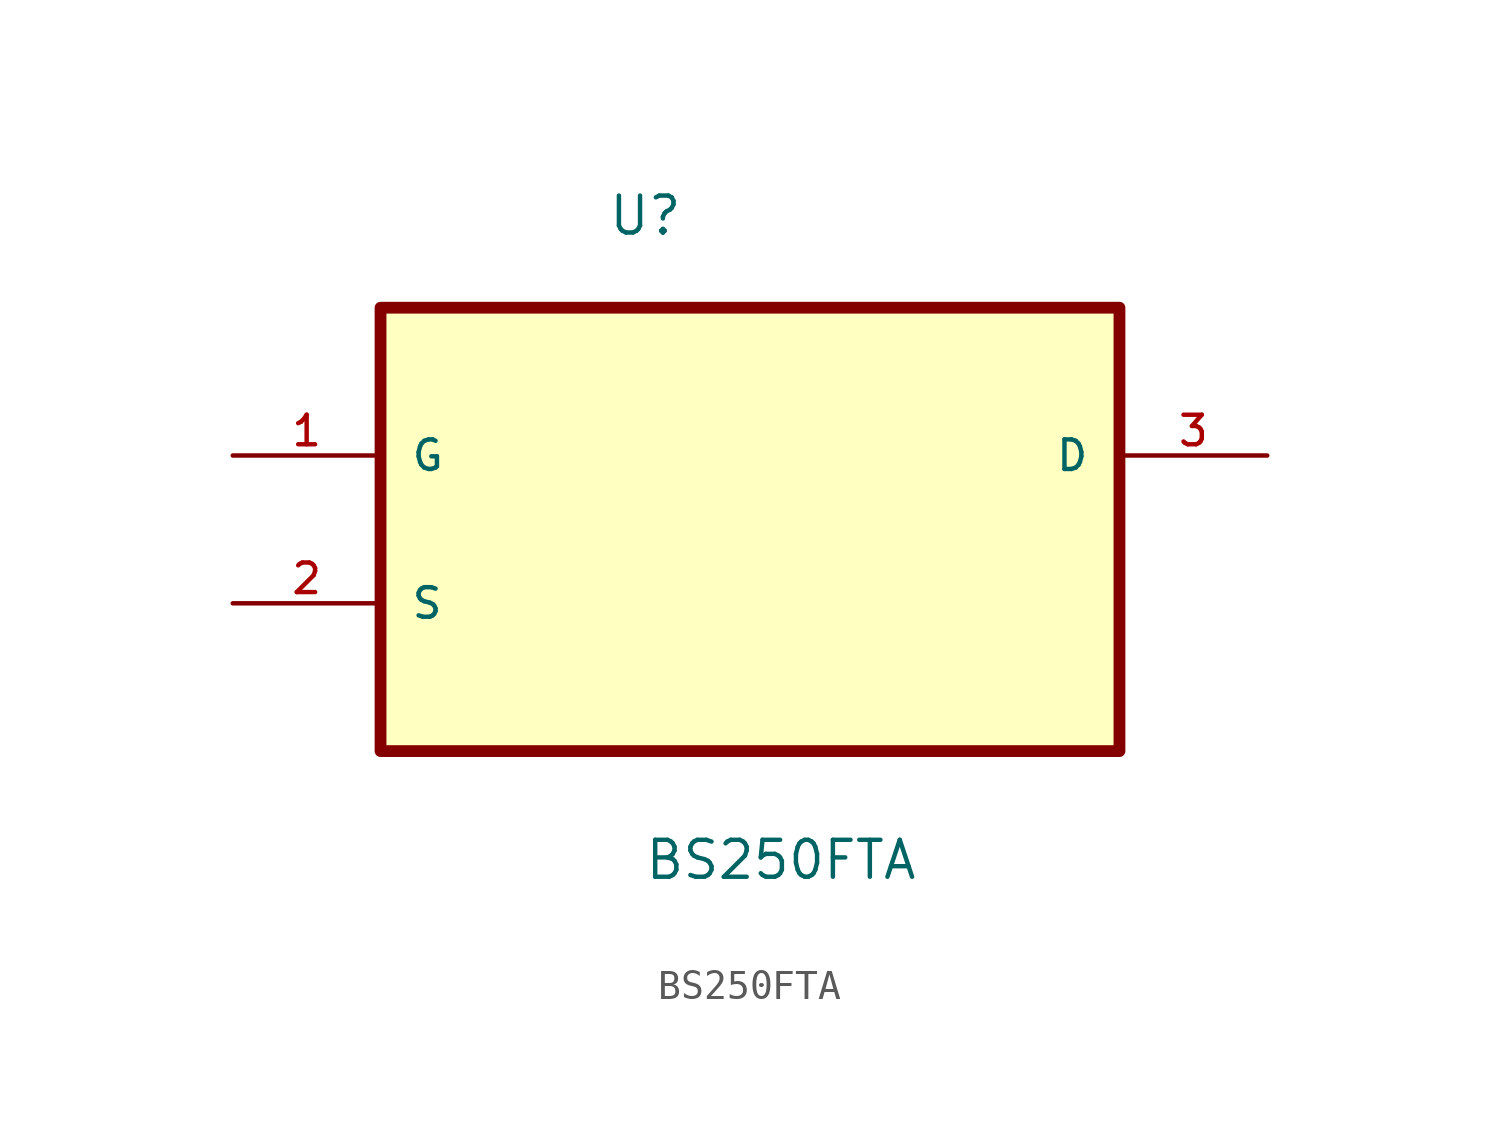
<source format=kicad_sym>
(kicad_symbol_lib
  (version 20211014)
  (generator kicad_symbol_editor)
  (symbol "BS250FTA"
    (pin_names
      (offset 1.016))
    (property "Reference" "U"
      (at -4.908 7.502 0.0)
      (effects (font (size 1.27 1.27)) (justify bottom left)))
    (property "Value" "BS250FTA"
      (at -3.661 -14.643 0.0)
      (effects (font (size 1.27 1.27)) (justify bottom left)))
    (symbol "BS250FTA_0_0"
      (rectangle (start -12.7 -10.16) (end 12.7 5.08) (stroke (width 0.406)) (fill (type background)))
      (pin passive line (at -17.78 0.0 0) (length 5.08) (name "G" (effects (font (size 1.016 1.016)))) (number "1" (effects (font (size 1.016 1.016)))))
      (pin passive line (at -17.78 -5.08 0) (length 5.08) (name "S" (effects (font (size 1.016 1.016)))) (number "2" (effects (font (size 1.016 1.016)))))
      (pin passive line (at 17.78 0.0 180.0) (length 5.08) (name "D" (effects (font (size 1.016 1.016)))) (number "3" (effects (font (size 1.016 1.016))))))))
</source>
